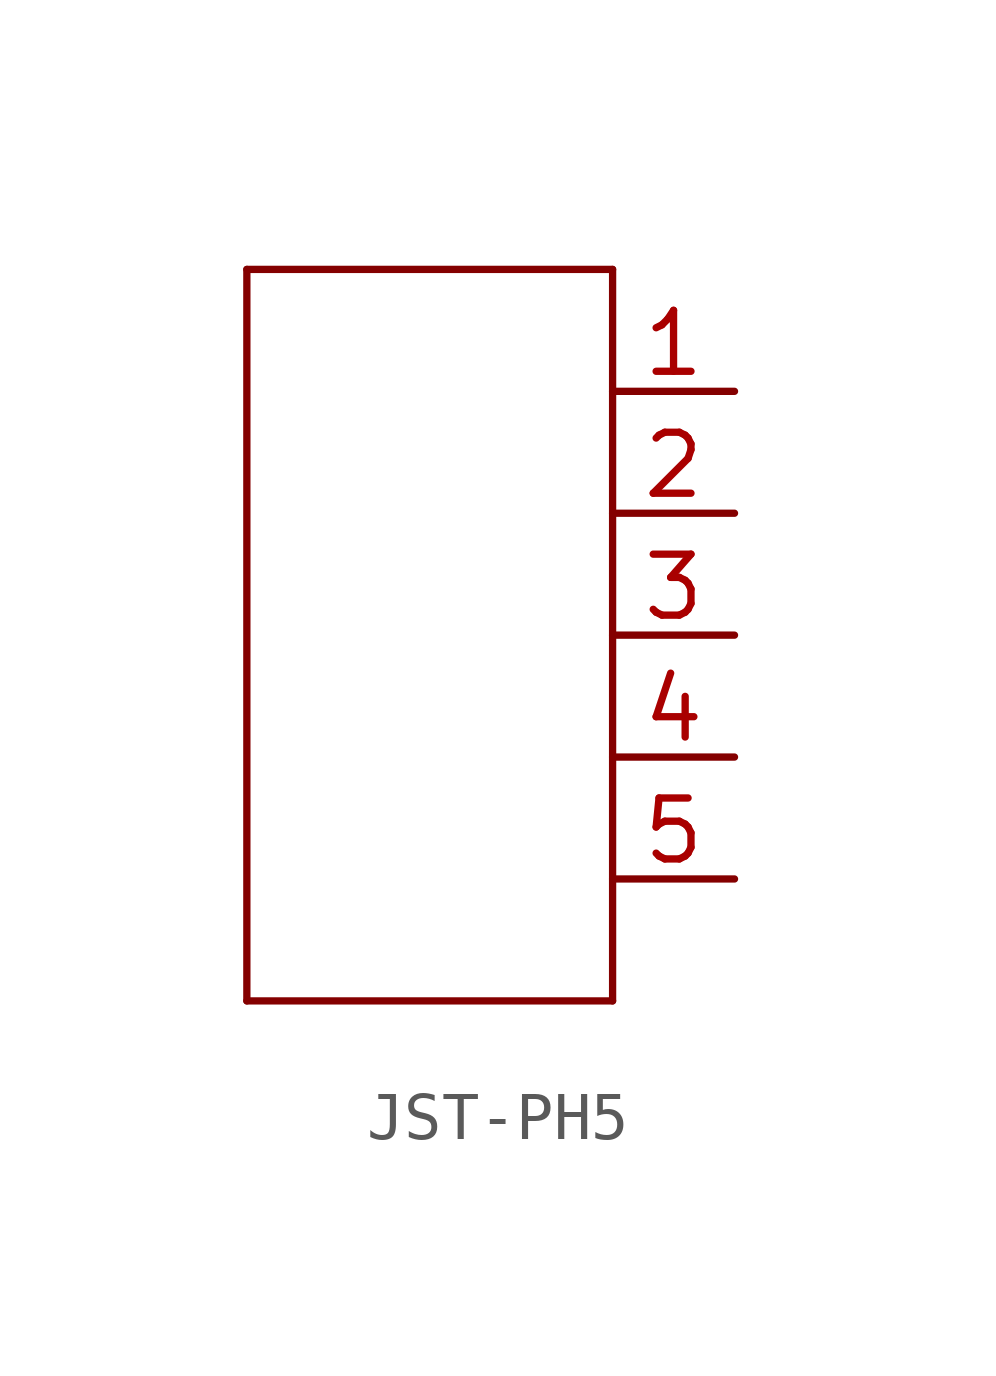
<source format=kicad_sym>
(kicad_symbol_lib
  (version 20231120)
  (generator "kicad_symbol_editor")
  (generator_version "8.0")
  (symbol "JST-PH5"
    (property "Reference" ""
      (at -2.54 5.842 0)
      (effects (font (size 1.778 1.511)) (justify left bottom) (hide yes)))
    (property "Value" ""
      (at -2.54 -9.906 0)
      (effects (font (size 1.778 1.511)) (justify left bottom)))
    (property "ki_locked" ""
      (at 0 0 0)
      (effects (font (size 1.27 1.27))))
    (symbol "JST-PH5_1_0"
      (polyline (pts (xy -2.54 -10.16) (xy 5.08 -10.16)) (stroke (width 0.152) (type solid)) (fill (type none)))
      (polyline (pts (xy -2.54 5.08) (xy -2.54 -10.16)) (stroke (width 0.152) (type solid)) (fill (type none)))
      (polyline (pts (xy 5.08 -10.16) (xy 5.08 5.08)) (stroke (width 0.152) (type solid)) (fill (type none)))
      (polyline (pts (xy 5.08 5.08) (xy -2.54 5.08)) (stroke (width 0.152) (type solid)) (fill (type none)))
      (pin passive line (at 7.62 2.54 180) (length 2.54) (name "1" (effects (font (size 0 0)))) (number "1" (effects (font (size 1.27 1.27)))))
      (pin passive line (at 7.62 0 180) (length 2.54) (name "2" (effects (font (size 0 0)))) (number "2" (effects (font (size 1.27 1.27)))))
      (pin passive line (at 7.62 -2.54 180) (length 2.54) (name "3" (effects (font (size 0 0)))) (number "3" (effects (font (size 1.27 1.27)))))
      (pin passive line (at 7.62 -5.08 180) (length 2.54) (name "4" (effects (font (size 0 0)))) (number "4" (effects (font (size 1.27 1.27)))))
      (pin passive line (at 7.62 -7.62 180) (length 2.54) (name "5" (effects (font (size 0 0)))) (number "5" (effects (font (size 1.27 1.27))))))))
</source>
